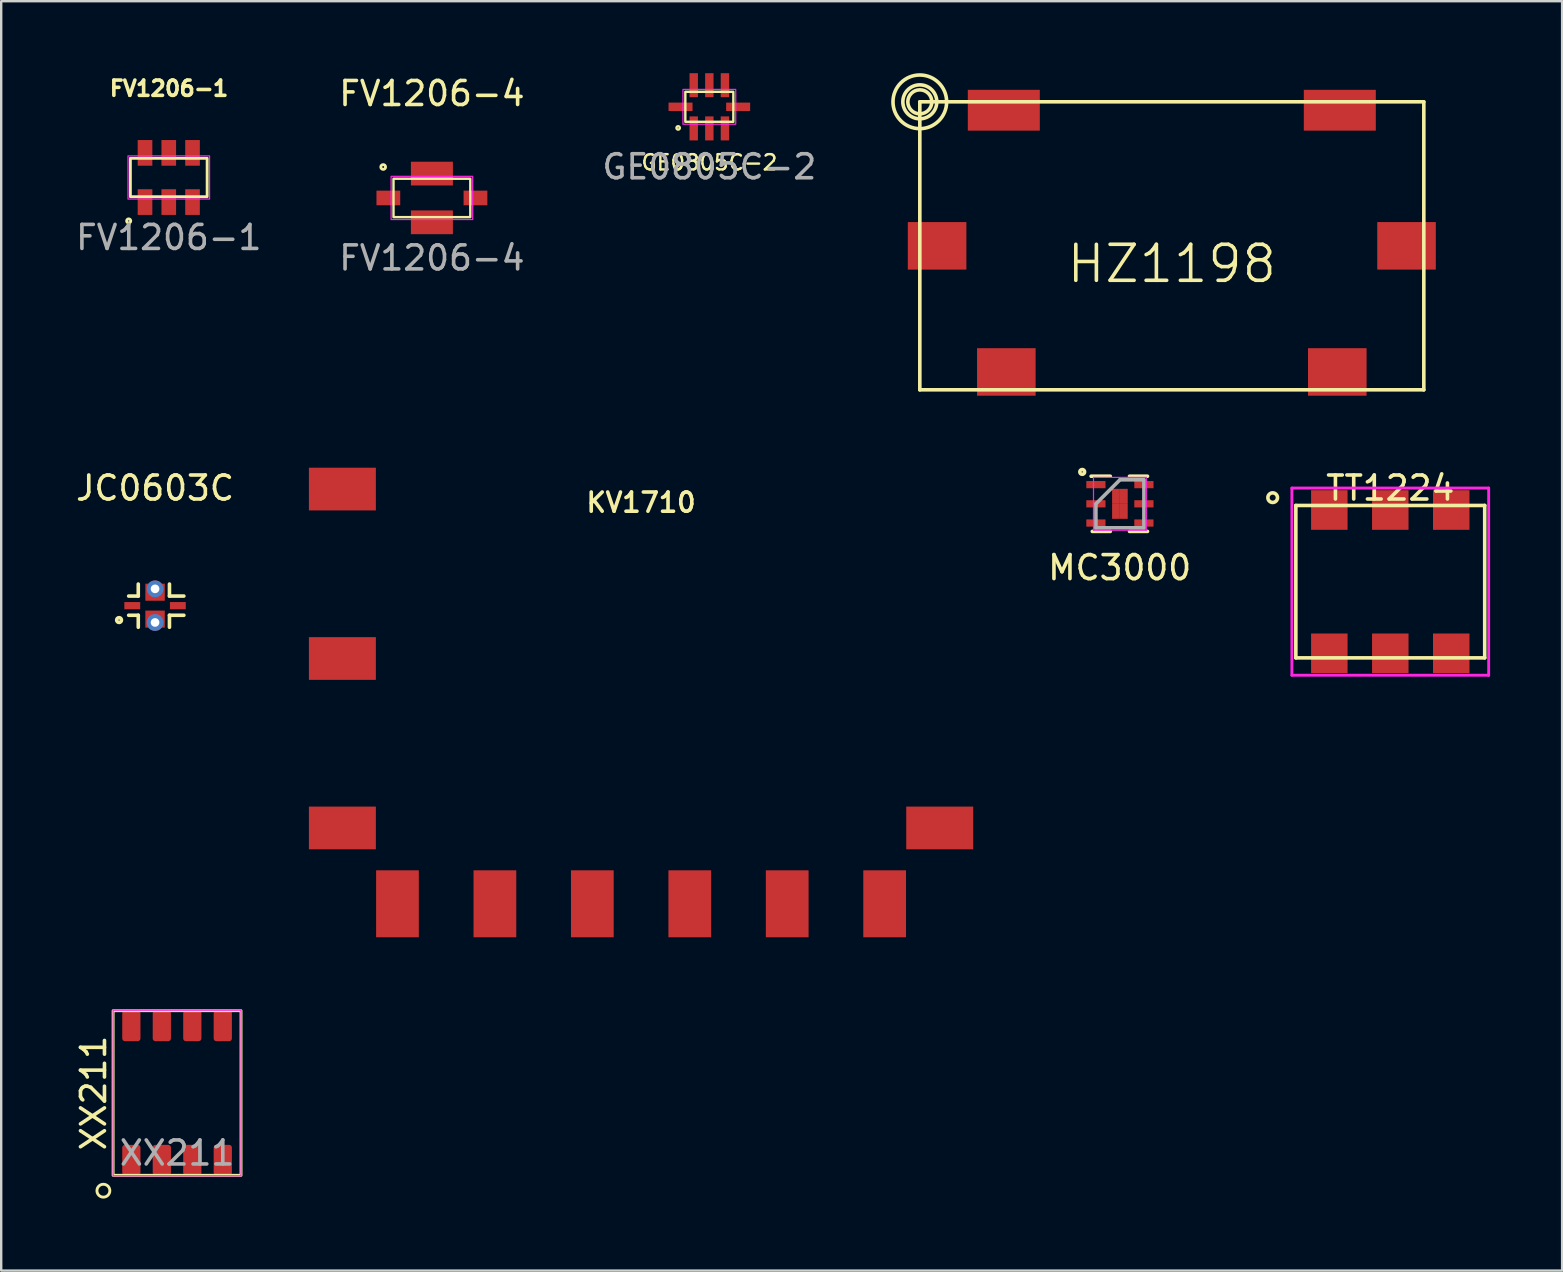
<source format=kicad_pcb>
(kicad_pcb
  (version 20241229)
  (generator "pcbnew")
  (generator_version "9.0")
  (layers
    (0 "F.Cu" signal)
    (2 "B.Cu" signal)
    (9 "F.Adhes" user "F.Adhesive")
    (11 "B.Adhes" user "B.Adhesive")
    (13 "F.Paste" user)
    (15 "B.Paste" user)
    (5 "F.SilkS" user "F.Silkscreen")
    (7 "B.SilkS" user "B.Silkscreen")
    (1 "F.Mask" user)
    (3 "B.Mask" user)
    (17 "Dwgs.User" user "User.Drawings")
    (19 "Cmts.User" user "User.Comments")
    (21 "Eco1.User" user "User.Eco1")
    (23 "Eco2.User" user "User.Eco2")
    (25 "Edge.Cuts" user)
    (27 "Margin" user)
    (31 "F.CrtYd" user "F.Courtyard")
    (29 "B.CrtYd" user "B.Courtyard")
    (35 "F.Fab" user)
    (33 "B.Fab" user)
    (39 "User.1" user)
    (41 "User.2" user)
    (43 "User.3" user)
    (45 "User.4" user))
  (footprint "FV1206-1"
    (layer "F.Cu")
    (at 3.982 4.345)
    (property "Reference" "FV1206-1" (at 0.01 -3.71 0) (unlocked yes) (layer "F.SilkS") (effects (font (size 0.635 0.635) (thickness 0.15))))
    (attr smd)
    (fp_rect (start -1.6 -0.8) (end 1.6 0.8) (stroke (width 0.12) (type solid)) (fill no) (layer "F.SilkS"))
    (fp_circle (center -1.67 1.81) (end -1.61 1.87) (stroke (width 0.12) (type default)) (fill no) (layer "F.SilkS"))
    (fp_rect (start -1.7 -0.9) (end 1.7 0.9) (stroke (width 0.05) (type solid)) (fill no) (layer "F.CrtYd"))
    (fp_text user "${REFERENCE}" (at 0 2.5 0) (unlocked yes) (layer "F.Fab") (effects (font (size 1 1) (thickness 0.15))))
    (pad "1" smd rect (at -0.99 1.025) (size 0.61 1.07) (layers "F.Cu" "F.Mask" "F.Paste"))
    (pad "2" smd rect (at 0 1.025) (size 0.61 1.07) (layers "F.Cu" "F.Mask" "F.Paste"))
    (pad "3" smd rect (at 0.99 1.025) (size 0.61 1.07) (layers "F.Cu" "F.Mask" "F.Paste"))
    (pad "4" smd rect (at 0.99 -1.025) (size 0.61 1.07) (layers "F.Cu" "F.Mask" "F.Paste"))
    (pad "5" smd rect (at 0 -1.025) (size 0.61 1.07) (layers "F.Cu" "F.Mask" "F.Paste"))
    (pad "6" smd rect (at -0.99 -1.025) (size 0.61 1.07) (layers "F.Cu" "F.Mask" "F.Paste")))
  (footprint "TT1224"
    (layer "F.Cu")
    (at 54.879 21.186)
    (property "Reference" "TT1224" (at 0 -3.9 0) (layer "F.SilkS") (effects (font (size 1 1) (thickness 0.15))))
    (attr through_hole)
    (fp_line (start -3.935 -3.175) (end 3.935 -3.175) (stroke (width 0.15) (type solid)) (layer "F.SilkS"))
    (fp_line (start -3.935 3.175) (end -3.935 -3.175) (stroke (width 0.15) (type solid)) (layer "F.SilkS"))
    (fp_line (start 3.935 -3.175) (end 3.935 3.175) (stroke (width 0.15) (type solid)) (layer "F.SilkS"))
    (fp_line (start 3.935 3.175) (end -3.935 3.175) (stroke (width 0.15) (type solid)) (layer "F.SilkS"))
    (fp_circle (center -4.9 -3.5) (end -4.9 -3.7) (stroke (width 0.15) (type solid)) (fill no) (layer "F.SilkS"))
    (fp_line (start -4.1 -3.9) (end 4.1 -3.9) (stroke (width 0.12) (type solid)) (layer "F.CrtYd"))
    (fp_line (start -4.1 3.9) (end -4.1 -3.9) (stroke (width 0.12) (type solid)) (layer "F.CrtYd"))
    (fp_line (start 4.1 -3.9) (end 4.1 3.9) (stroke (width 0.12) (type solid)) (layer "F.CrtYd"))
    (fp_line (start 4.1 3.9) (end -4.1 3.9) (stroke (width 0.12) (type solid)) (layer "F.CrtYd"))
    (pad "1" smd rect (at -2.54 -2.985) (size 1.52 1.65) (layers "F.Cu" "F.Mask" "F.Paste"))
    (pad "2" smd rect (at 0 -2.985) (size 1.52 1.65) (layers "F.Cu" "F.Mask" "F.Paste"))
    (pad "3" smd rect (at 2.54 -2.985) (size 1.52 1.65) (layers "F.Cu" "F.Mask" "F.Paste"))
    (pad "4" smd rect (at 2.54 2.985) (size 1.52 1.65) (layers "F.Cu" "F.Mask" "F.Paste"))
    (pad "5" smd rect (at 0 2.985) (size 1.52 1.65) (layers "F.Cu" "F.Mask" "F.Paste"))
    (pad "6" smd rect (at -2.54 2.985) (size 1.52 1.65) (layers "F.Cu" "F.Mask" "F.Paste")))
  (footprint "MC3000"
    (layer "F.Cu")
    (at 43.613 17.943)
    (property "Reference" "MC3000" (at -0.01 2.66 0) (layer "F.SilkS") (effects (font (size 1 1) (thickness 0.15))))
    (attr through_hole)
    (fp_line (start -0.4 -1.15) (end -1.2 -1.15) (stroke (width 0.15) (type default)) (layer "F.SilkS"))
    (fp_line (start -0.4 1.15) (end -1.15 1.15) (stroke (width 0.15) (type default)) (layer "F.SilkS"))
    (fp_line (start 0.4 -1.15) (end 1.15 -1.15) (stroke (width 0.15) (type default)) (layer "F.SilkS"))
    (fp_line (start 0.4 1.15) (end 1.15 1.15) (stroke (width 0.15) (type default)) (layer "F.SilkS"))
    (fp_circle (center -1.57 -1.33) (end -1.57 -1.23) (stroke (width 0.15) (type default)) (fill no) (layer "F.SilkS"))
    (fp_line (start -1.1 -1.1) (end 1.1 -1.1) (stroke (width 0.05) (type solid)) (layer "F.CrtYd"))
    (fp_line (start -1.1 1.1) (end -1.1 -1.1) (stroke (width 0.05) (type solid)) (layer "F.CrtYd"))
    (fp_line (start 1.1 -1.1) (end 1.1 1.1) (stroke (width 0.05) (type solid)) (layer "F.CrtYd"))
    (fp_line (start 1.1 1.1) (end -1.1 1.1) (stroke (width 0.05) (type solid)) (layer "F.CrtYd"))
    (fp_line (start -1 0) (end -1 1) (stroke (width 0.15) (type default)) (layer "F.Fab"))
    (fp_line (start -1 1) (end 1 1) (stroke (width 0.15) (type default)) (layer "F.Fab"))
    (fp_line (start 0 -1) (end -1 0) (stroke (width 0.15) (type default)) (layer "F.Fab"))
    (fp_line (start 1 -1) (end 0 -1) (stroke (width 0.15) (type default)) (layer "F.Fab"))
    (fp_line (start 1 1) (end 1 -1) (stroke (width 0.15) (type default)) (layer "F.Fab"))
    (pad "1" smd rect (at -1 -0.8 90) (size 0.3 0.8) (layers "F.Cu" "F.Mask" "F.Paste"))
    (pad "2" smd rect (at -1 0 90) (size 0.3 0.8) (layers "F.Cu" "F.Mask" "F.Paste"))
    (pad "3" smd rect (at -1 0.8 90) (size 0.3 0.8) (layers "F.Cu" "F.Mask" "F.Paste"))
    (pad "4" smd rect (at 1 0.8 90) (size 0.3 0.8) (layers "F.Cu" "F.Mask" "F.Paste"))
    (pad "5" smd rect (at 1 0 90) (size 0.3 0.8) (layers "F.Cu" "F.Mask" "F.Paste"))
    (pad "6" smd rect (at 1 -0.8 90) (size 0.3 0.8) (layers "F.Cu" "F.Mask" "F.Paste"))
    (pad "7" smd rect (at -0.163 -0.312) (size 0.325 0.625) (layers "F.Cu" "F.Mask" "F.Paste"))
    (pad "7" smd rect (at -0.163 0.312) (size 0.325 0.625) (layers "F.Cu" "F.Mask" "F.Paste"))
    (pad "7" smd rect (at 0.163 -0.312) (size 0.325 0.625) (layers "F.Cu" "F.Mask" "F.Paste"))
    (pad "7" smd rect (at 0.163 0.312) (size 0.325 0.625) (layers "F.Cu" "F.Mask" "F.Paste")))
  (footprint "JC0603C"
    (layer "F.Cu")
    (at 3.411 22.186)
    (property "Reference" "JC0603C" (at 0 -4.9 0) (layer "F.SilkS") (effects (font (size 1 1) (thickness 0.15))))
    (attr through_hole)
    (fp_line (start -1.1 -0.4) (end -0.7 -0.4) (stroke (width 0.15) (type solid)) (layer "F.SilkS"))
    (fp_line (start -1.1 0.4) (end -0.7 0.4) (stroke (width 0.15) (type solid)) (layer "F.SilkS"))
    (fp_line (start -0.7 -0.4) (end -0.7 -0.9) (stroke (width 0.15) (type solid)) (layer "F.SilkS"))
    (fp_line (start -0.7 0.4) (end -0.7 0.9) (stroke (width 0.15) (type solid)) (layer "F.SilkS"))
    (fp_line (start 0.6 -0.9) (end 0.6 -0.4) (stroke (width 0.15) (type solid)) (layer "F.SilkS"))
    (fp_line (start 0.6 -0.4) (end 1.2 -0.4) (stroke (width 0.15) (type solid)) (layer "F.SilkS"))
    (fp_line (start 0.6 0.4) (end 0.6 0.9) (stroke (width 0.15) (type solid)) (layer "F.SilkS"))
    (fp_line (start 1.2 0.4) (end 0.6 0.4) (stroke (width 0.15) (type solid)) (layer "F.SilkS"))
    (fp_circle (center -1.5 0.6) (end -1.5 0.7) (stroke (width 0.15) (type solid)) (fill no) (layer "F.SilkS"))
    (pad "1" smd rect (at -0.95 0) (size 0.66 0.3) (layers "F.Cu" "F.Mask" "F.Paste"))
    (pad "2" smd rect (at 0 0.56) (size 0.81 0.71) (layers "F.Cu" "F.Mask" "F.Paste"))
    (pad "2" thru_hole circle (at 0 0.7) (size 0.7 0.7) (drill 0.36) (layers "*.Cu" "*.Mask"))
    (pad "3" smd rect (at 0.95 0) (size 0.66 0.3) (layers "F.Cu" "F.Mask" "F.Paste"))
    (pad "4" thru_hole circle (at 0 -0.7) (size 0.7 0.7) (drill 0.36) (layers "*.Cu" "*.Mask"))
    (pad "4" smd rect (at 0 -0.56) (size 0.81 0.71) (layers "F.Cu" "F.Mask" "F.Paste")))
  (footprint "FV1206-4"
    (layer "F.Cu")
    (at 14.946 5.198)
    (property "Reference" "FV1206-4" (at 0 -4.35 0) (unlocked yes) (layer "F.SilkS") (effects (font (size 1 1) (thickness 0.15))))
    (attr smd)
    (fp_rect (start -1.6 -0.8) (end 1.6 0.8) (stroke (width 0.1) (type solid)) (fill no) (layer "F.SilkS"))
    (fp_circle (center -2.03 -1.29) (end -1.96 -1.22) (stroke (width 0.12) (type default)) (fill no) (layer "F.SilkS"))
    (fp_rect (start -1.7 -0.9) (end 1.7 0.9) (stroke (width 0.05) (type default)) (fill no) (layer "F.CrtYd"))
    (fp_text user "${REFERENCE}" (at 0 2.5 0) (unlocked yes) (layer "F.Fab") (effects (font (size 1 1) (thickness 0.15))))
    (pad "1" smd rect (at -1.815 0) (size 0.99 0.61) (layers "F.Cu" "F.Mask" "F.Paste"))
    (pad "2" smd rect (at 0 1.015) (size 1.75 0.99) (layers "F.Cu" "F.Mask" "F.Paste"))
    (pad "3" smd rect (at 1.815 0) (size 0.99 0.61) (layers "F.Cu" "F.Mask" "F.Paste"))
    (pad "4" smd rect (at 0 -1.015) (size 1.75 0.99) (layers "F.Cu" "F.Mask" "F.Paste")))
  (footprint "GE0805C-2"
    (layer "F.Cu")
    (at 26.506 1.4)
    (property "Reference" "GE0805C-2" (at 0 2.32 0) (unlocked yes) (layer "F.SilkS") (effects (font (size 0.635 0.635) (thickness 0.1))))
    (attr smd)
    (fp_rect (start -1 -0.625) (end 1 0.625) (stroke (width 0.1) (type solid)) (fill no) (layer "F.SilkS"))
    (fp_circle (center -1.3 0.88) (end -1.25 0.93) (stroke (width 0.1) (type default)) (fill no) (layer "F.SilkS"))
    (fp_rect (start -1.1 -0.725) (end 1.1 0.725) (stroke (width 0.05) (type solid)) (fill no) (layer "F.CrtYd"))
    (fp_text user "${REFERENCE}" (at 0 2.5 0) (unlocked yes) (layer "F.Fab") (effects (font (size 1 1) (thickness 0.15))))
    (pad "1" smd rect (at -0.65 0.9) (size 0.35 1) (layers "F.Cu" "F.Mask" "F.Paste"))
    (pad "2" smd rect (at 0 0.9) (size 0.35 1) (layers "F.Cu" "F.Mask" "F.Paste"))
    (pad "3" smd rect (at 0.65 0.9) (size 0.35 1) (layers "F.Cu" "F.Mask" "F.Paste"))
    (pad "4" smd rect (at 1.2 0 90) (size 0.35 1) (layers "F.Cu" "F.Mask" "F.Paste"))
    (pad "5" smd rect (at 0.65 -0.9) (size 0.35 1) (layers "F.Cu" "F.Mask" "F.Paste"))
    (pad "6" smd rect (at 0 -0.9) (size 0.35 1) (layers "F.Cu" "F.Mask" "F.Paste"))
    (pad "7" smd rect (at -0.65 -0.9) (size 0.35 1) (layers "F.Cu" "F.Mask" "F.Paste"))
    (pad "8" smd rect (at -1.2 0 90) (size 0.35 1) (layers "F.Cu" "F.Mask" "F.Paste")))
  (footprint "KV1710"
    (layer "F.Cu")
    (at 23.661 24.388)
    (property "Reference" "KV1710" (at 0 -6.5 0) (layer "F.SilkS") (effects (font (size 0.8 0.8) (thickness 0.15))))
    (attr through_hole)
    (pad "1" smd rect (at -12.445 -7.06) (size 2.79 1.78) (layers "F.Cu" "F.Mask" "F.Paste"))
    (pad "2" smd rect (at -12.445 0) (size 2.79 1.78) (layers "F.Cu" "F.Mask" "F.Paste"))
    (pad "3" smd rect (at -12.445 7.06) (size 2.79 1.78) (layers "F.Cu" "F.Mask" "F.Paste"))
    (pad "4" smd rect (at -10.15 10.22 90) (size 2.79 1.78) (layers "F.Cu" "F.Mask" "F.Paste"))
    (pad "5" smd rect (at -6.09 10.22 90) (size 2.79 1.78) (layers "F.Cu" "F.Mask" "F.Paste"))
    (pad "6" smd rect (at -2.03 10.22 90) (size 2.79 1.78) (layers "F.Cu" "F.Mask" "F.Paste"))
    (pad "7" smd rect (at 2.03 10.22 90) (size 2.79 1.78) (layers "F.Cu" "F.Mask" "F.Paste"))
    (pad "8" smd rect (at 6.09 10.22 90) (size 2.79 1.78) (layers "F.Cu" "F.Mask" "F.Paste"))
    (pad "9" smd rect (at 10.15 10.22 90) (size 2.79 1.78) (layers "F.Cu" "F.Mask" "F.Paste"))
    (pad "10" smd rect (at 12.445 7.06) (size 2.79 1.78) (layers "F.Cu" "F.Mask" "F.Paste")))
  (footprint "HZ1198"
    (layer "F.Cu")
    (at 45.776 7.193)
    (property "Reference" "HZ1198" (at 0 0.75 0) (layer "F.SilkS") (effects (font (size 1.5 1.5) (thickness 0.15))))
    (attr through_hole)
    (fp_line (start -10.5 -6) (end 10.5 -6) (stroke (width 0.15) (type solid)) (layer "F.SilkS"))
    (fp_line (start -10.5 6) (end -10.5 -6) (stroke (width 0.15) (type solid)) (layer "F.SilkS"))
    (fp_line (start 10.5 -6) (end 10.5 6) (stroke (width 0.15) (type solid)) (layer "F.SilkS"))
    (fp_line (start 10.5 6) (end -10.5 6) (stroke (width 0.15) (type solid)) (layer "F.SilkS"))
    (fp_circle (center -10.5 -6) (end -11 -7) (stroke (width 0.15) (type solid)) (fill no) (layer "F.SilkS"))
    (fp_circle (center -10.5 -6) (end -11 -6.5) (stroke (width 0.15) (type solid)) (fill no) (layer "F.SilkS"))
    (fp_circle (center -10.5 -6) (end -10.5 -6.5) (stroke (width 0.15) (type solid)) (fill no) (layer "F.SilkS"))
    (pad "1" smd rect (at -7 -5.65) (size 3 1.7) (layers "F.Cu" "F.Mask" "F.Paste"))
    (pad "2" smd rect (at 7 -5.65) (size 3 1.7) (layers "F.Cu" "F.Mask" "F.Paste"))
    (pad "3" smd rect (at 9.78 0) (size 2.44 1.98) (layers "F.Cu" "F.Mask" "F.Paste"))
    (pad "4" smd rect (at 6.895 5.255) (size 2.44 1.98) (layers "F.Cu" "F.Mask" "F.Paste"))
    (pad "5" smd rect (at -6.895 5.255) (size 2.44 1.98) (layers "F.Cu" "F.Mask" "F.Paste"))
    (pad "6" smd rect (at -9.78 0) (size 2.44 1.98) (layers "F.Cu" "F.Mask" "F.Paste")))
  (footprint "XX211"
    (layer "F.Cu")
    (at 4.328 42.493)
    (property "Reference" "XX211" (at -3.48 0 90) (unlocked yes) (layer "F.SilkS") (effects (font (size 1 1) (thickness 0.15))))
    (attr smd)
    (fp_rect (start -2.665 -3.43) (end 2.665 3.43) (stroke (width 0.12) (type solid)) (fill no) (layer "F.SilkS"))
    (fp_circle (center -3.07 4.07) (end -2.88 4.26) (stroke (width 0.12) (type default)) (fill no) (layer "F.SilkS"))
    (fp_rect (start -2.665 -3.45) (end 2.665 3.45) (stroke (width 0.05) (type solid)) (fill no) (layer "F.CrtYd"))
    (fp_text user "${REFERENCE}" (at 0 2.5 0) (unlocked yes) (layer "F.Fab") (effects (font (size 1 1) (thickness 0.15))))
    (pad "1" smd roundrect (at -1.905 2.795) (size 0.76 1.27) (layers "F.Cu" "F.Mask" "F.Paste") (roundrect_rratio 0.15))
    (pad "2" smd roundrect (at -0.635 2.795) (size 0.76 1.27) (layers "F.Cu" "F.Mask" "F.Paste") (roundrect_rratio 0.15))
    (pad "3" smd roundrect (at 0.635 2.795) (size 0.76 1.27) (layers "F.Cu" "F.Mask" "F.Paste") (roundrect_rratio 0.15))
    (pad "4" smd roundrect (at 1.905 2.795) (size 0.76 1.27) (layers "F.Cu" "F.Mask" "F.Paste") (roundrect_rratio 0.15))
    (pad "5" smd roundrect (at 1.905 -2.795) (size 0.76 1.27) (layers "F.Cu" "F.Mask" "F.Paste") (roundrect_rratio 0.15))
    (pad "6" smd roundrect (at 0.635 -2.795) (size 0.76 1.27) (layers "F.Cu" "F.Mask" "F.Paste") (roundrect_rratio 0.15))
    (pad "7" smd roundrect (at -0.635 -2.795) (size 0.76 1.27) (layers "F.Cu" "F.Mask" "F.Paste") (roundrect_rratio 0.15))
    (pad "8" smd roundrect (at -1.905 -2.795) (size 0.76 1.27) (layers "F.Cu" "F.Mask" "F.Paste") (roundrect_rratio 0.15)))
  (gr_rect
    (start -3 -3)
    (end 62.039 49.892)
    (stroke (width 0.1) (type default))
    (fill no)
    (layer "Edge.Cuts")))
</source>
